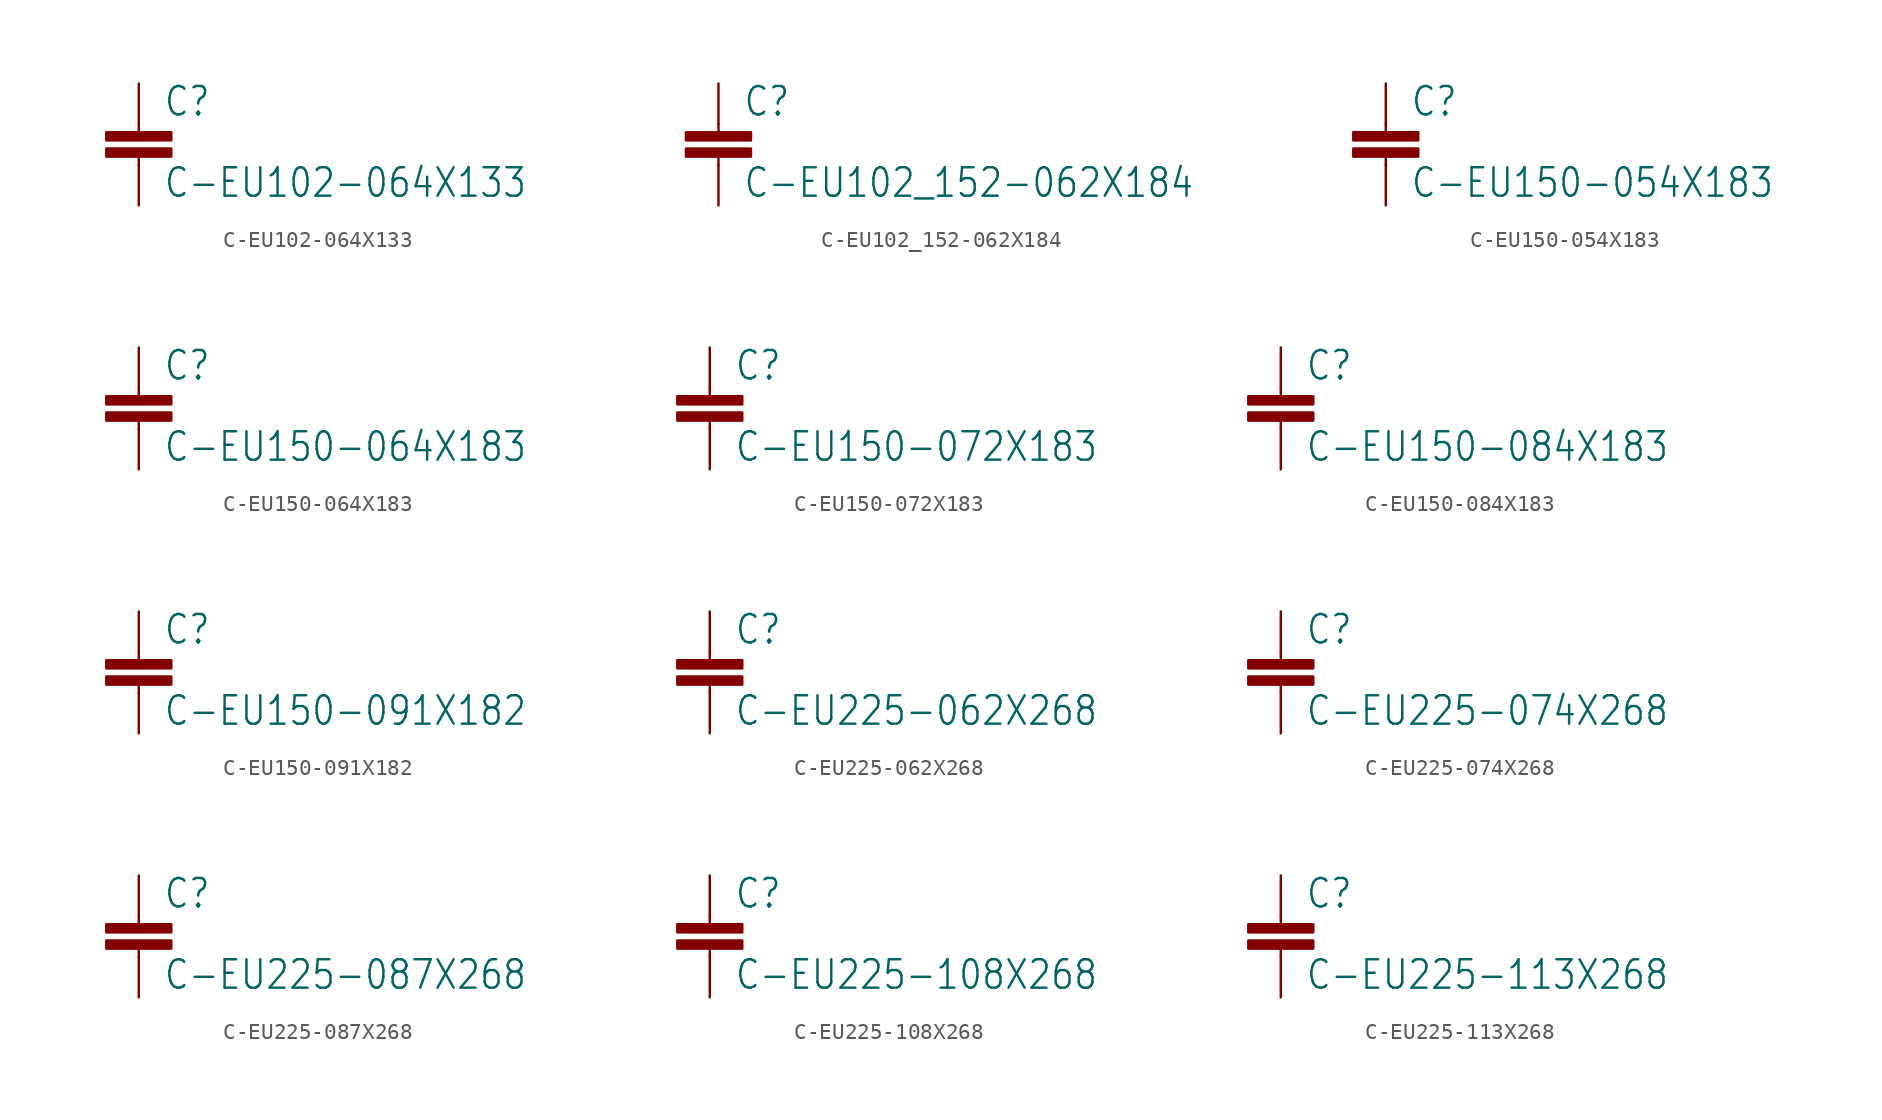
<source format=kicad_sym>
(kicad_symbol_lib
  (version 20201005)
  (generator kicad_symbol_editor)
  (symbol "pirt:C-EU102-064X133"
    (property "Reference" "C"
      (at 1.524 0.381 0)
      (effects (font (size 1.778 1.511)) (justify left bottom)))
    (property "Value" "C-EU102-064X133"
      (at 1.524 -4.699 0)
      (effects (font (size 1.778 1.511)) (justify left bottom)))
    (property "ki_locked" ""
      (at 0 0 0)
      (effects (font (size 1.27 1.27))))
    (symbol "C-EU102-064X133_1_0"
      (rectangle (start -2.032 -2.032) (end 2.032 -1.524) (stroke (width 0)) (fill (type outline)))
      (rectangle (start -2.032 -1.016) (end 2.032 -0.508) (stroke (width 0)) (fill (type outline)))
      (polyline (pts (xy 0 -2.54) (xy 0 -2.032)) (stroke (width 0.152)) (fill (type none)))
      (polyline (pts (xy 0 0) (xy 0 -0.508)) (stroke (width 0.152)) (fill (type none)))
      (pin passive line (at 0 2.54 270) (length 2.54) (name "1" (effects (font (size 0 0)))) (number "1" (effects (font (size 0 0)))))
      (pin passive line (at 0 -5.08 90) (length 2.54) (name "2" (effects (font (size 0 0)))) (number "2" (effects (font (size 0 0)))))))
  (symbol "pirt:C-EU102_152-062X184"
    (property "Reference" "C"
      (at 1.524 0.381 0)
      (effects (font (size 1.778 1.511)) (justify left bottom)))
    (property "Value" "C-EU102_152-062X184"
      (at 1.524 -4.699 0)
      (effects (font (size 1.778 1.511)) (justify left bottom)))
    (property "ki_locked" ""
      (at 0 0 0)
      (effects (font (size 1.27 1.27))))
    (symbol "C-EU102_152-062X184_1_0"
      (rectangle (start -2.032 -2.032) (end 2.032 -1.524) (stroke (width 0)) (fill (type outline)))
      (rectangle (start -2.032 -1.016) (end 2.032 -0.508) (stroke (width 0)) (fill (type outline)))
      (polyline (pts (xy 0 -2.54) (xy 0 -2.032)) (stroke (width 0.152)) (fill (type none)))
      (polyline (pts (xy 0 0) (xy 0 -0.508)) (stroke (width 0.152)) (fill (type none)))
      (pin passive line (at 0 2.54 270) (length 2.54) (name "1" (effects (font (size 0 0)))) (number "1" (effects (font (size 0 0)))))
      (pin passive line (at 0 -5.08 90) (length 2.54) (name "2" (effects (font (size 0 0)))) (number "2" (effects (font (size 0 0)))))))
  (symbol "pirt:C-EU150-054X183"
    (property "Reference" "C"
      (at 1.524 0.381 0)
      (effects (font (size 1.778 1.511)) (justify left bottom)))
    (property "Value" "C-EU150-054X183"
      (at 1.524 -4.699 0)
      (effects (font (size 1.778 1.511)) (justify left bottom)))
    (property "ki_locked" ""
      (at 0 0 0)
      (effects (font (size 1.27 1.27))))
    (symbol "C-EU150-054X183_1_0"
      (rectangle (start -2.032 -2.032) (end 2.032 -1.524) (stroke (width 0)) (fill (type outline)))
      (rectangle (start -2.032 -1.016) (end 2.032 -0.508) (stroke (width 0)) (fill (type outline)))
      (polyline (pts (xy 0 -2.54) (xy 0 -2.032)) (stroke (width 0.152)) (fill (type none)))
      (polyline (pts (xy 0 0) (xy 0 -0.508)) (stroke (width 0.152)) (fill (type none)))
      (pin passive line (at 0 2.54 270) (length 2.54) (name "1" (effects (font (size 0 0)))) (number "1" (effects (font (size 0 0)))))
      (pin passive line (at 0 -5.08 90) (length 2.54) (name "2" (effects (font (size 0 0)))) (number "2" (effects (font (size 0 0)))))))
  (symbol "pirt:C-EU150-064X183"
    (property "Reference" "C"
      (at 1.524 0.381 0)
      (effects (font (size 1.778 1.511)) (justify left bottom)))
    (property "Value" "C-EU150-064X183"
      (at 1.524 -4.699 0)
      (effects (font (size 1.778 1.511)) (justify left bottom)))
    (property "ki_locked" ""
      (at 0 0 0)
      (effects (font (size 1.27 1.27))))
    (symbol "C-EU150-064X183_1_0"
      (rectangle (start -2.032 -2.032) (end 2.032 -1.524) (stroke (width 0)) (fill (type outline)))
      (rectangle (start -2.032 -1.016) (end 2.032 -0.508) (stroke (width 0)) (fill (type outline)))
      (polyline (pts (xy 0 -2.54) (xy 0 -2.032)) (stroke (width 0.152)) (fill (type none)))
      (polyline (pts (xy 0 0) (xy 0 -0.508)) (stroke (width 0.152)) (fill (type none)))
      (pin passive line (at 0 2.54 270) (length 2.54) (name "1" (effects (font (size 0 0)))) (number "1" (effects (font (size 0 0)))))
      (pin passive line (at 0 -5.08 90) (length 2.54) (name "2" (effects (font (size 0 0)))) (number "2" (effects (font (size 0 0)))))))
  (symbol "pirt:C-EU150-072X183"
    (property "Reference" "C"
      (at 1.524 0.381 0)
      (effects (font (size 1.778 1.511)) (justify left bottom)))
    (property "Value" "C-EU150-072X183"
      (at 1.524 -4.699 0)
      (effects (font (size 1.778 1.511)) (justify left bottom)))
    (property "ki_locked" ""
      (at 0 0 0)
      (effects (font (size 1.27 1.27))))
    (symbol "C-EU150-072X183_1_0"
      (rectangle (start -2.032 -2.032) (end 2.032 -1.524) (stroke (width 0)) (fill (type outline)))
      (rectangle (start -2.032 -1.016) (end 2.032 -0.508) (stroke (width 0)) (fill (type outline)))
      (polyline (pts (xy 0 -2.54) (xy 0 -2.032)) (stroke (width 0.152)) (fill (type none)))
      (polyline (pts (xy 0 0) (xy 0 -0.508)) (stroke (width 0.152)) (fill (type none)))
      (pin passive line (at 0 2.54 270) (length 2.54) (name "1" (effects (font (size 0 0)))) (number "1" (effects (font (size 0 0)))))
      (pin passive line (at 0 -5.08 90) (length 2.54) (name "2" (effects (font (size 0 0)))) (number "2" (effects (font (size 0 0)))))))
  (symbol "pirt:C-EU150-084X183"
    (property "Reference" "C"
      (at 1.524 0.381 0)
      (effects (font (size 1.778 1.511)) (justify left bottom)))
    (property "Value" "C-EU150-084X183"
      (at 1.524 -4.699 0)
      (effects (font (size 1.778 1.511)) (justify left bottom)))
    (property "ki_locked" ""
      (at 0 0 0)
      (effects (font (size 1.27 1.27))))
    (symbol "C-EU150-084X183_1_0"
      (rectangle (start -2.032 -2.032) (end 2.032 -1.524) (stroke (width 0)) (fill (type outline)))
      (rectangle (start -2.032 -1.016) (end 2.032 -0.508) (stroke (width 0)) (fill (type outline)))
      (polyline (pts (xy 0 -2.54) (xy 0 -2.032)) (stroke (width 0.152)) (fill (type none)))
      (polyline (pts (xy 0 0) (xy 0 -0.508)) (stroke (width 0.152)) (fill (type none)))
      (pin passive line (at 0 2.54 270) (length 2.54) (name "1" (effects (font (size 0 0)))) (number "1" (effects (font (size 0 0)))))
      (pin passive line (at 0 -5.08 90) (length 2.54) (name "2" (effects (font (size 0 0)))) (number "2" (effects (font (size 0 0)))))))
  (symbol "pirt:C-EU150-091X182"
    (property "Reference" "C"
      (at 1.524 0.381 0)
      (effects (font (size 1.778 1.511)) (justify left bottom)))
    (property "Value" "C-EU150-091X182"
      (at 1.524 -4.699 0)
      (effects (font (size 1.778 1.511)) (justify left bottom)))
    (property "ki_locked" ""
      (at 0 0 0)
      (effects (font (size 1.27 1.27))))
    (symbol "C-EU150-091X182_1_0"
      (rectangle (start -2.032 -2.032) (end 2.032 -1.524) (stroke (width 0)) (fill (type outline)))
      (rectangle (start -2.032 -1.016) (end 2.032 -0.508) (stroke (width 0)) (fill (type outline)))
      (polyline (pts (xy 0 -2.54) (xy 0 -2.032)) (stroke (width 0.152)) (fill (type none)))
      (polyline (pts (xy 0 0) (xy 0 -0.508)) (stroke (width 0.152)) (fill (type none)))
      (pin passive line (at 0 2.54 270) (length 2.54) (name "1" (effects (font (size 0 0)))) (number "1" (effects (font (size 0 0)))))
      (pin passive line (at 0 -5.08 90) (length 2.54) (name "2" (effects (font (size 0 0)))) (number "2" (effects (font (size 0 0)))))))
  (symbol "pirt:C-EU225-062X268"
    (property "Reference" "C"
      (at 1.524 0.381 0)
      (effects (font (size 1.778 1.511)) (justify left bottom)))
    (property "Value" "C-EU225-062X268"
      (at 1.524 -4.699 0)
      (effects (font (size 1.778 1.511)) (justify left bottom)))
    (property "ki_locked" ""
      (at 0 0 0)
      (effects (font (size 1.27 1.27))))
    (symbol "C-EU225-062X268_1_0"
      (rectangle (start -2.032 -2.032) (end 2.032 -1.524) (stroke (width 0)) (fill (type outline)))
      (rectangle (start -2.032 -1.016) (end 2.032 -0.508) (stroke (width 0)) (fill (type outline)))
      (polyline (pts (xy 0 -2.54) (xy 0 -2.032)) (stroke (width 0.152)) (fill (type none)))
      (polyline (pts (xy 0 0) (xy 0 -0.508)) (stroke (width 0.152)) (fill (type none)))
      (pin passive line (at 0 2.54 270) (length 2.54) (name "1" (effects (font (size 0 0)))) (number "1" (effects (font (size 0 0)))))
      (pin passive line (at 0 -5.08 90) (length 2.54) (name "2" (effects (font (size 0 0)))) (number "2" (effects (font (size 0 0)))))))
  (symbol "pirt:C-EU225-074X268"
    (property "Reference" "C"
      (at 1.524 0.381 0)
      (effects (font (size 1.778 1.511)) (justify left bottom)))
    (property "Value" "C-EU225-074X268"
      (at 1.524 -4.699 0)
      (effects (font (size 1.778 1.511)) (justify left bottom)))
    (property "ki_locked" ""
      (at 0 0 0)
      (effects (font (size 1.27 1.27))))
    (symbol "C-EU225-074X268_1_0"
      (rectangle (start -2.032 -2.032) (end 2.032 -1.524) (stroke (width 0)) (fill (type outline)))
      (rectangle (start -2.032 -1.016) (end 2.032 -0.508) (stroke (width 0)) (fill (type outline)))
      (polyline (pts (xy 0 -2.54) (xy 0 -2.032)) (stroke (width 0.152)) (fill (type none)))
      (polyline (pts (xy 0 0) (xy 0 -0.508)) (stroke (width 0.152)) (fill (type none)))
      (pin passive line (at 0 2.54 270) (length 2.54) (name "1" (effects (font (size 0 0)))) (number "1" (effects (font (size 0 0)))))
      (pin passive line (at 0 -5.08 90) (length 2.54) (name "2" (effects (font (size 0 0)))) (number "2" (effects (font (size 0 0)))))))
  (symbol "pirt:C-EU225-087X268"
    (property "Reference" "C"
      (at 1.524 0.381 0)
      (effects (font (size 1.778 1.511)) (justify left bottom)))
    (property "Value" "C-EU225-087X268"
      (at 1.524 -4.699 0)
      (effects (font (size 1.778 1.511)) (justify left bottom)))
    (property "ki_locked" ""
      (at 0 0 0)
      (effects (font (size 1.27 1.27))))
    (symbol "C-EU225-087X268_1_0"
      (rectangle (start -2.032 -2.032) (end 2.032 -1.524) (stroke (width 0)) (fill (type outline)))
      (rectangle (start -2.032 -1.016) (end 2.032 -0.508) (stroke (width 0)) (fill (type outline)))
      (polyline (pts (xy 0 -2.54) (xy 0 -2.032)) (stroke (width 0.152)) (fill (type none)))
      (polyline (pts (xy 0 0) (xy 0 -0.508)) (stroke (width 0.152)) (fill (type none)))
      (pin passive line (at 0 2.54 270) (length 2.54) (name "1" (effects (font (size 0 0)))) (number "1" (effects (font (size 0 0)))))
      (pin passive line (at 0 -5.08 90) (length 2.54) (name "2" (effects (font (size 0 0)))) (number "2" (effects (font (size 0 0)))))))
  (symbol "pirt:C-EU225-108X268"
    (property "Reference" "C"
      (at 1.524 0.381 0)
      (effects (font (size 1.778 1.511)) (justify left bottom)))
    (property "Value" "C-EU225-108X268"
      (at 1.524 -4.699 0)
      (effects (font (size 1.778 1.511)) (justify left bottom)))
    (property "ki_locked" ""
      (at 0 0 0)
      (effects (font (size 1.27 1.27))))
    (symbol "C-EU225-108X268_1_0"
      (rectangle (start -2.032 -2.032) (end 2.032 -1.524) (stroke (width 0)) (fill (type outline)))
      (rectangle (start -2.032 -1.016) (end 2.032 -0.508) (stroke (width 0)) (fill (type outline)))
      (polyline (pts (xy 0 -2.54) (xy 0 -2.032)) (stroke (width 0.152)) (fill (type none)))
      (polyline (pts (xy 0 0) (xy 0 -0.508)) (stroke (width 0.152)) (fill (type none)))
      (pin passive line (at 0 2.54 270) (length 2.54) (name "1" (effects (font (size 0 0)))) (number "1" (effects (font (size 0 0)))))
      (pin passive line (at 0 -5.08 90) (length 2.54) (name "2" (effects (font (size 0 0)))) (number "2" (effects (font (size 0 0)))))))
  (symbol "pirt:C-EU225-113X268"
    (property "Reference" "C"
      (at 1.524 0.381 0)
      (effects (font (size 1.778 1.511)) (justify left bottom)))
    (property "Value" "C-EU225-113X268"
      (at 1.524 -4.699 0)
      (effects (font (size 1.778 1.511)) (justify left bottom)))
    (property "ki_locked" ""
      (at 0 0 0)
      (effects (font (size 1.27 1.27))))
    (symbol "C-EU225-113X268_1_0"
      (rectangle (start -2.032 -2.032) (end 2.032 -1.524) (stroke (width 0)) (fill (type outline)))
      (rectangle (start -2.032 -1.016) (end 2.032 -0.508) (stroke (width 0)) (fill (type outline)))
      (polyline (pts (xy 0 -2.54) (xy 0 -2.032)) (stroke (width 0.152)) (fill (type none)))
      (polyline (pts (xy 0 0) (xy 0 -0.508)) (stroke (width 0.152)) (fill (type none)))
      (pin passive line (at 0 2.54 270) (length 2.54) (name "1" (effects (font (size 0 0)))) (number "1" (effects (font (size 0 0)))))
      (pin passive line (at 0 -5.08 90) (length 2.54) (name "2" (effects (font (size 0 0)))) (number "2" (effects (font (size 0 0))))))))
</source>
